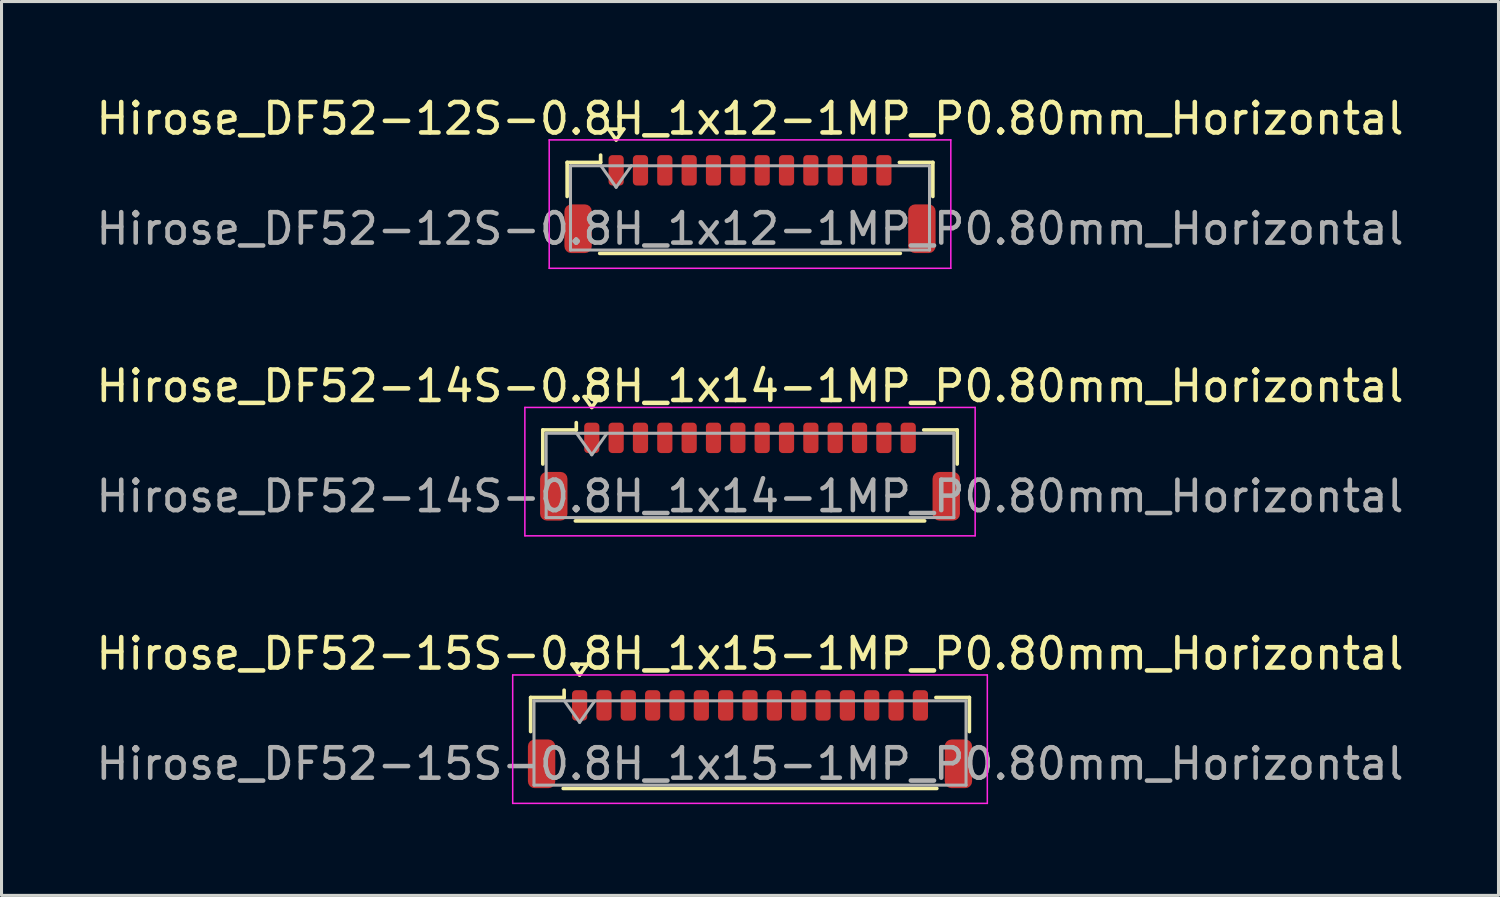
<source format=kicad_pcb>
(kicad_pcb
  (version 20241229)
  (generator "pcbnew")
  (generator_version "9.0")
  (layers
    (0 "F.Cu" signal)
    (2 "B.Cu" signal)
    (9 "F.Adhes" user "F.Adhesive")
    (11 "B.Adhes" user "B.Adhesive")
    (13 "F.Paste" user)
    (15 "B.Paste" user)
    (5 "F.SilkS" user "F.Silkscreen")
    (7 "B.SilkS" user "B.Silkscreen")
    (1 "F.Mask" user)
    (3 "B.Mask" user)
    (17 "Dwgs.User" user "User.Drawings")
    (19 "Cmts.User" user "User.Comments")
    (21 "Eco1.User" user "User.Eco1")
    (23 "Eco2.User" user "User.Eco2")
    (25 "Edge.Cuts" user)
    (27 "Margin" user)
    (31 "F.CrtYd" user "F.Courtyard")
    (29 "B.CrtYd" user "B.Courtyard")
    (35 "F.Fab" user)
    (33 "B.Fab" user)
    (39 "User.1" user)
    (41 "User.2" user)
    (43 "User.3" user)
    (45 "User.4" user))
  (footprint "Hirose_DF52-15S-0.8H_1x15-1MP_P0.80mm_Horizontal"
    (layer "F.Cu")
    (at 21.601 21.245)
    (property "Reference" "Hirose_DF52-15S-0.8H_1x15-1MP_P0.80mm_Horizontal" (at 0 -2.81 0) (layer "F.SilkS") (effects (font (size 1 1) (thickness 0.15))))
    (attr smd)
    (fp_line (start -7.21 -1.37) (end -6.11 -1.37) (stroke (width 0.12) (type solid)) (layer "F.SilkS"))
    (fp_line (start -7.21 -0.25) (end -7.21 -1.37) (stroke (width 0.12) (type solid)) (layer "F.SilkS"))
    (fp_line (start -6.14 1.62) (end 6.14 1.62) (stroke (width 0.12) (type solid)) (layer "F.SilkS"))
    (fp_line (start -6.11 -1.37) (end -6.11 -1.61) (stroke (width 0.12) (type solid)) (layer "F.SilkS"))
    (fp_line (start -5.85 -2.464) (end -5.6 -2.11) (stroke (width 0.12) (type solid)) (layer "F.SilkS"))
    (fp_line (start -5.6 -2.11) (end -5.35 -2.464) (stroke (width 0.12) (type solid)) (layer "F.SilkS"))
    (fp_line (start -5.35 -2.464) (end -5.85 -2.464) (stroke (width 0.12) (type solid)) (layer "F.SilkS"))
    (fp_line (start 7.21 -1.37) (end 6.11 -1.37) (stroke (width 0.12) (type solid)) (layer "F.SilkS"))
    (fp_line (start 7.21 -0.25) (end 7.21 -1.37) (stroke (width 0.12) (type solid)) (layer "F.SilkS"))
    (fp_line (start -7.8 -2.11) (end -7.8 2.11) (stroke (width 0.05) (type solid)) (layer "F.CrtYd"))
    (fp_line (start -7.8 2.11) (end 7.8 2.11) (stroke (width 0.05) (type solid)) (layer "F.CrtYd"))
    (fp_line (start 7.8 -2.11) (end -7.8 -2.11) (stroke (width 0.05) (type solid)) (layer "F.CrtYd"))
    (fp_line (start 7.8 2.11) (end 7.8 -2.11) (stroke (width 0.05) (type solid)) (layer "F.CrtYd"))
    (fp_line (start -7.1 -1.26) (end -7.1 1.51) (stroke (width 0.1) (type solid)) (layer "F.Fab"))
    (fp_line (start -7.1 -1.26) (end 7.1 -1.26) (stroke (width 0.1) (type solid)) (layer "F.Fab"))
    (fp_line (start -7.1 1.51) (end 7.1 1.51) (stroke (width 0.1) (type solid)) (layer "F.Fab"))
    (fp_line (start -6.1 -1.26) (end -5.6 -0.553) (stroke (width 0.1) (type solid)) (layer "F.Fab"))
    (fp_line (start -5.6 -0.553) (end -5.1 -1.26) (stroke (width 0.1) (type solid)) (layer "F.Fab"))
    (fp_line (start 7.1 -1.26) (end 7.1 1.51) (stroke (width 0.1) (type solid)) (layer "F.Fab"))
    (fp_text user "${REFERENCE}" (at 0 0.81 0) (layer "F.Fab") (effects (font (size 1 1) (thickness 0.15))))
    (pad "1" smd roundrect (at -5.6 -1.11) (size 0.5 1) (layers "F.Cu" "F.Mask" "F.Paste") (roundrect_rratio 0.25))
    (pad "2" smd roundrect (at -4.8 -1.11) (size 0.5 1) (layers "F.Cu" "F.Mask" "F.Paste") (roundrect_rratio 0.25))
    (pad "3" smd roundrect (at -4 -1.11) (size 0.5 1) (layers "F.Cu" "F.Mask" "F.Paste") (roundrect_rratio 0.25))
    (pad "4" smd roundrect (at -3.2 -1.11) (size 0.5 1) (layers "F.Cu" "F.Mask" "F.Paste") (roundrect_rratio 0.25))
    (pad "5" smd roundrect (at -2.4 -1.11) (size 0.5 1) (layers "F.Cu" "F.Mask" "F.Paste") (roundrect_rratio 0.25))
    (pad "6" smd roundrect (at -1.6 -1.11) (size 0.5 1) (layers "F.Cu" "F.Mask" "F.Paste") (roundrect_rratio 0.25))
    (pad "7" smd roundrect (at -0.8 -1.11) (size 0.5 1) (layers "F.Cu" "F.Mask" "F.Paste") (roundrect_rratio 0.25))
    (pad "8" smd roundrect (at 0 -1.11) (size 0.5 1) (layers "F.Cu" "F.Mask" "F.Paste") (roundrect_rratio 0.25))
    (pad "9" smd roundrect (at 0.8 -1.11) (size 0.5 1) (layers "F.Cu" "F.Mask" "F.Paste") (roundrect_rratio 0.25))
    (pad "10" smd roundrect (at 1.6 -1.11) (size 0.5 1) (layers "F.Cu" "F.Mask" "F.Paste") (roundrect_rratio 0.25))
    (pad "11" smd roundrect (at 2.4 -1.11) (size 0.5 1) (layers "F.Cu" "F.Mask" "F.Paste") (roundrect_rratio 0.25))
    (pad "12" smd roundrect (at 3.2 -1.11) (size 0.5 1) (layers "F.Cu" "F.Mask" "F.Paste") (roundrect_rratio 0.25))
    (pad "13" smd roundrect (at 4 -1.11) (size 0.5 1) (layers "F.Cu" "F.Mask" "F.Paste") (roundrect_rratio 0.25))
    (pad "14" smd roundrect (at 4.8 -1.11) (size 0.5 1) (layers "F.Cu" "F.Mask" "F.Paste") (roundrect_rratio 0.25))
    (pad "15" smd roundrect (at 5.6 -1.11) (size 0.5 1) (layers "F.Cu" "F.Mask" "F.Paste") (roundrect_rratio 0.25))
    (pad "MP" smd roundrect (at -6.85 0.81) (size 0.9 1.6) (layers "F.Cu" "F.Mask" "F.Paste") (roundrect_rratio 0.25))
    (pad "MP" smd roundrect (at 6.85 0.81) (size 0.9 1.6) (layers "F.Cu" "F.Mask" "F.Paste") (roundrect_rratio 0.25)))
  (footprint "Hirose_DF52-12S-0.8H_1x12-1MP_P0.80mm_Horizontal"
    (layer "F.Cu")
    (at 21.601 3.658)
    (property "Reference" "Hirose_DF52-12S-0.8H_1x12-1MP_P0.80mm_Horizontal" (at 0 -2.81 0) (layer "F.SilkS") (effects (font (size 1 1) (thickness 0.15))))
    (attr smd)
    (fp_line (start -6.01 -1.37) (end -4.91 -1.37) (stroke (width 0.12) (type solid)) (layer "F.SilkS"))
    (fp_line (start -6.01 -0.25) (end -6.01 -1.37) (stroke (width 0.12) (type solid)) (layer "F.SilkS"))
    (fp_line (start -4.94 1.62) (end 4.94 1.62) (stroke (width 0.12) (type solid)) (layer "F.SilkS"))
    (fp_line (start -4.91 -1.37) (end -4.91 -1.61) (stroke (width 0.12) (type solid)) (layer "F.SilkS"))
    (fp_line (start -4.65 -2.464) (end -4.4 -2.11) (stroke (width 0.12) (type solid)) (layer "F.SilkS"))
    (fp_line (start -4.4 -2.11) (end -4.15 -2.464) (stroke (width 0.12) (type solid)) (layer "F.SilkS"))
    (fp_line (start -4.15 -2.464) (end -4.65 -2.464) (stroke (width 0.12) (type solid)) (layer "F.SilkS"))
    (fp_line (start 6.01 -1.37) (end 4.91 -1.37) (stroke (width 0.12) (type solid)) (layer "F.SilkS"))
    (fp_line (start 6.01 -0.25) (end 6.01 -1.37) (stroke (width 0.12) (type solid)) (layer "F.SilkS"))
    (fp_line (start -6.6 -2.11) (end -6.6 2.11) (stroke (width 0.05) (type solid)) (layer "F.CrtYd"))
    (fp_line (start -6.6 2.11) (end 6.6 2.11) (stroke (width 0.05) (type solid)) (layer "F.CrtYd"))
    (fp_line (start 6.6 -2.11) (end -6.6 -2.11) (stroke (width 0.05) (type solid)) (layer "F.CrtYd"))
    (fp_line (start 6.6 2.11) (end 6.6 -2.11) (stroke (width 0.05) (type solid)) (layer "F.CrtYd"))
    (fp_line (start -5.9 -1.26) (end -5.9 1.51) (stroke (width 0.1) (type solid)) (layer "F.Fab"))
    (fp_line (start -5.9 -1.26) (end 5.9 -1.26) (stroke (width 0.1) (type solid)) (layer "F.Fab"))
    (fp_line (start -5.9 1.51) (end 5.9 1.51) (stroke (width 0.1) (type solid)) (layer "F.Fab"))
    (fp_line (start -4.9 -1.26) (end -4.4 -0.553) (stroke (width 0.1) (type solid)) (layer "F.Fab"))
    (fp_line (start -4.4 -0.553) (end -3.9 -1.26) (stroke (width 0.1) (type solid)) (layer "F.Fab"))
    (fp_line (start 5.9 -1.26) (end 5.9 1.51) (stroke (width 0.1) (type solid)) (layer "F.Fab"))
    (fp_text user "${REFERENCE}" (at 0 0.81 0) (layer "F.Fab") (effects (font (size 1 1) (thickness 0.15))))
    (pad "1" smd roundrect (at -4.4 -1.11) (size 0.5 1) (layers "F.Cu" "F.Mask" "F.Paste") (roundrect_rratio 0.25))
    (pad "2" smd roundrect (at -3.6 -1.11) (size 0.5 1) (layers "F.Cu" "F.Mask" "F.Paste") (roundrect_rratio 0.25))
    (pad "3" smd roundrect (at -2.8 -1.11) (size 0.5 1) (layers "F.Cu" "F.Mask" "F.Paste") (roundrect_rratio 0.25))
    (pad "4" smd roundrect (at -2 -1.11) (size 0.5 1) (layers "F.Cu" "F.Mask" "F.Paste") (roundrect_rratio 0.25))
    (pad "5" smd roundrect (at -1.2 -1.11) (size 0.5 1) (layers "F.Cu" "F.Mask" "F.Paste") (roundrect_rratio 0.25))
    (pad "6" smd roundrect (at -0.4 -1.11) (size 0.5 1) (layers "F.Cu" "F.Mask" "F.Paste") (roundrect_rratio 0.25))
    (pad "7" smd roundrect (at 0.4 -1.11) (size 0.5 1) (layers "F.Cu" "F.Mask" "F.Paste") (roundrect_rratio 0.25))
    (pad "8" smd roundrect (at 1.2 -1.11) (size 0.5 1) (layers "F.Cu" "F.Mask" "F.Paste") (roundrect_rratio 0.25))
    (pad "9" smd roundrect (at 2 -1.11) (size 0.5 1) (layers "F.Cu" "F.Mask" "F.Paste") (roundrect_rratio 0.25))
    (pad "10" smd roundrect (at 2.8 -1.11) (size 0.5 1) (layers "F.Cu" "F.Mask" "F.Paste") (roundrect_rratio 0.25))
    (pad "11" smd roundrect (at 3.6 -1.11) (size 0.5 1) (layers "F.Cu" "F.Mask" "F.Paste") (roundrect_rratio 0.25))
    (pad "12" smd roundrect (at 4.4 -1.11) (size 0.5 1) (layers "F.Cu" "F.Mask" "F.Paste") (roundrect_rratio 0.25))
    (pad "MP" smd roundrect (at -5.65 0.81) (size 0.9 1.6) (layers "F.Cu" "F.Mask" "F.Paste") (roundrect_rratio 0.25))
    (pad "MP" smd roundrect (at 5.65 0.81) (size 0.9 1.6) (layers "F.Cu" "F.Mask" "F.Paste") (roundrect_rratio 0.25)))
  (footprint "Hirose_DF52-14S-0.8H_1x14-1MP_P0.80mm_Horizontal"
    (layer "F.Cu")
    (at 21.601 12.451)
    (property "Reference" "Hirose_DF52-14S-0.8H_1x14-1MP_P0.80mm_Horizontal" (at 0 -2.81 0) (layer "F.SilkS") (effects (font (size 1 1) (thickness 0.15))))
    (attr smd)
    (fp_line (start -6.81 -1.37) (end -5.71 -1.37) (stroke (width 0.12) (type solid)) (layer "F.SilkS"))
    (fp_line (start -6.81 -0.25) (end -6.81 -1.37) (stroke (width 0.12) (type solid)) (layer "F.SilkS"))
    (fp_line (start -5.74 1.62) (end 5.74 1.62) (stroke (width 0.12) (type solid)) (layer "F.SilkS"))
    (fp_line (start -5.71 -1.37) (end -5.71 -1.61) (stroke (width 0.12) (type solid)) (layer "F.SilkS"))
    (fp_line (start -5.45 -2.464) (end -5.2 -2.11) (stroke (width 0.12) (type solid)) (layer "F.SilkS"))
    (fp_line (start -5.2 -2.11) (end -4.95 -2.464) (stroke (width 0.12) (type solid)) (layer "F.SilkS"))
    (fp_line (start -4.95 -2.464) (end -5.45 -2.464) (stroke (width 0.12) (type solid)) (layer "F.SilkS"))
    (fp_line (start 6.81 -1.37) (end 5.71 -1.37) (stroke (width 0.12) (type solid)) (layer "F.SilkS"))
    (fp_line (start 6.81 -0.25) (end 6.81 -1.37) (stroke (width 0.12) (type solid)) (layer "F.SilkS"))
    (fp_line (start -7.4 -2.11) (end -7.4 2.11) (stroke (width 0.05) (type solid)) (layer "F.CrtYd"))
    (fp_line (start -7.4 2.11) (end 7.4 2.11) (stroke (width 0.05) (type solid)) (layer "F.CrtYd"))
    (fp_line (start 7.4 -2.11) (end -7.4 -2.11) (stroke (width 0.05) (type solid)) (layer "F.CrtYd"))
    (fp_line (start 7.4 2.11) (end 7.4 -2.11) (stroke (width 0.05) (type solid)) (layer "F.CrtYd"))
    (fp_line (start -6.7 -1.26) (end -6.7 1.51) (stroke (width 0.1) (type solid)) (layer "F.Fab"))
    (fp_line (start -6.7 -1.26) (end 6.7 -1.26) (stroke (width 0.1) (type solid)) (layer "F.Fab"))
    (fp_line (start -6.7 1.51) (end 6.7 1.51) (stroke (width 0.1) (type solid)) (layer "F.Fab"))
    (fp_line (start -5.7 -1.26) (end -5.2 -0.553) (stroke (width 0.1) (type solid)) (layer "F.Fab"))
    (fp_line (start -5.2 -0.553) (end -4.7 -1.26) (stroke (width 0.1) (type solid)) (layer "F.Fab"))
    (fp_line (start 6.7 -1.26) (end 6.7 1.51) (stroke (width 0.1) (type solid)) (layer "F.Fab"))
    (fp_text user "${REFERENCE}" (at 0 0.81 0) (layer "F.Fab") (effects (font (size 1 1) (thickness 0.15))))
    (pad "1" smd roundrect (at -5.2 -1.11) (size 0.5 1) (layers "F.Cu" "F.Mask" "F.Paste") (roundrect_rratio 0.25))
    (pad "2" smd roundrect (at -4.4 -1.11) (size 0.5 1) (layers "F.Cu" "F.Mask" "F.Paste") (roundrect_rratio 0.25))
    (pad "3" smd roundrect (at -3.6 -1.11) (size 0.5 1) (layers "F.Cu" "F.Mask" "F.Paste") (roundrect_rratio 0.25))
    (pad "4" smd roundrect (at -2.8 -1.11) (size 0.5 1) (layers "F.Cu" "F.Mask" "F.Paste") (roundrect_rratio 0.25))
    (pad "5" smd roundrect (at -2 -1.11) (size 0.5 1) (layers "F.Cu" "F.Mask" "F.Paste") (roundrect_rratio 0.25))
    (pad "6" smd roundrect (at -1.2 -1.11) (size 0.5 1) (layers "F.Cu" "F.Mask" "F.Paste") (roundrect_rratio 0.25))
    (pad "7" smd roundrect (at -0.4 -1.11) (size 0.5 1) (layers "F.Cu" "F.Mask" "F.Paste") (roundrect_rratio 0.25))
    (pad "8" smd roundrect (at 0.4 -1.11) (size 0.5 1) (layers "F.Cu" "F.Mask" "F.Paste") (roundrect_rratio 0.25))
    (pad "9" smd roundrect (at 1.2 -1.11) (size 0.5 1) (layers "F.Cu" "F.Mask" "F.Paste") (roundrect_rratio 0.25))
    (pad "10" smd roundrect (at 2 -1.11) (size 0.5 1) (layers "F.Cu" "F.Mask" "F.Paste") (roundrect_rratio 0.25))
    (pad "11" smd roundrect (at 2.8 -1.11) (size 0.5 1) (layers "F.Cu" "F.Mask" "F.Paste") (roundrect_rratio 0.25))
    (pad "12" smd roundrect (at 3.6 -1.11) (size 0.5 1) (layers "F.Cu" "F.Mask" "F.Paste") (roundrect_rratio 0.25))
    (pad "13" smd roundrect (at 4.4 -1.11) (size 0.5 1) (layers "F.Cu" "F.Mask" "F.Paste") (roundrect_rratio 0.25))
    (pad "14" smd roundrect (at 5.2 -1.11) (size 0.5 1) (layers "F.Cu" "F.Mask" "F.Paste") (roundrect_rratio 0.25))
    (pad "MP" smd roundrect (at -6.45 0.81) (size 0.9 1.6) (layers "F.Cu" "F.Mask" "F.Paste") (roundrect_rratio 0.25))
    (pad "MP" smd roundrect (at 6.45 0.81) (size 0.9 1.6) (layers "F.Cu" "F.Mask" "F.Paste") (roundrect_rratio 0.25)))
  (gr_rect
    (start -3 -3)
    (end 46.202 26.38)
    (stroke (width 0.1) (type default))
    (fill no)
    (layer "Edge.Cuts")))
</source>
